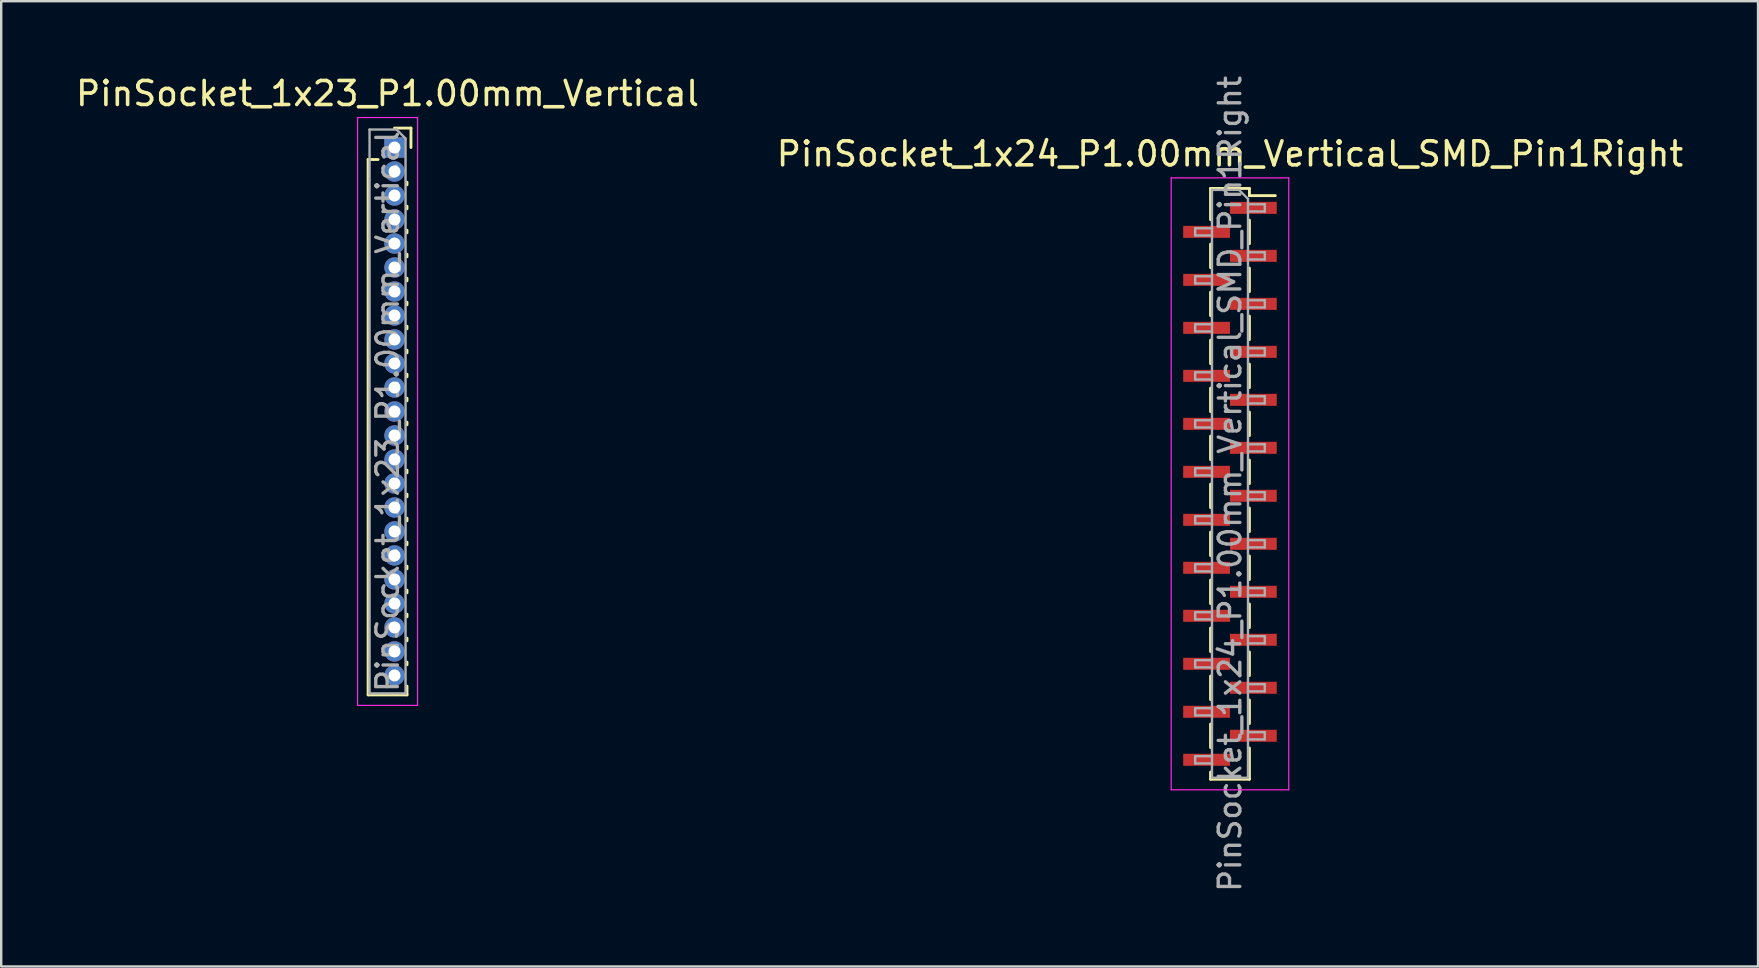
<source format=kicad_pcb>
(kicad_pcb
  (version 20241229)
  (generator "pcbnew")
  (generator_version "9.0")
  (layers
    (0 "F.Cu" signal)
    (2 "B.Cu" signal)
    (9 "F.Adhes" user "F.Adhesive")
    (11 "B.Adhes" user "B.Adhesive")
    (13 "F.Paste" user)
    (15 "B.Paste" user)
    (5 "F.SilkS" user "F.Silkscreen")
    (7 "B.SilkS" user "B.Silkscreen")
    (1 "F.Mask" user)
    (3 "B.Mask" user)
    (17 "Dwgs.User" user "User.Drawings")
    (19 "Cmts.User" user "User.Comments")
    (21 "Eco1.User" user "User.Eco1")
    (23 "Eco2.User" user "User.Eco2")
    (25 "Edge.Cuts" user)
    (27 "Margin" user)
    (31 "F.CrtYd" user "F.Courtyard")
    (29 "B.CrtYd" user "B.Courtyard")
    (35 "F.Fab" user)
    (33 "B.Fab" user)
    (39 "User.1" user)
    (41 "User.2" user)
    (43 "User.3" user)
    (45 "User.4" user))
  (footprint "PinSocket_1x24_P1.00mm_Vertical_SMD_Pin1Right"
    (layer "F.Cu")
    (at 48.208 17.113)
    (property "Reference" "PinSocket_1x24_P1.00mm_Vertical_SMD_Pin1Right" (at 0 -13.75 0) (layer "F.SilkS") (effects (font (size 1 1) (thickness 0.15))))
    (attr smd)
    (fp_line (start -0.81 -12.31) (end -0.81 -11.01) (stroke (width 0.12) (type solid)) (layer "F.SilkS"))
    (fp_line (start -0.81 -12.31) (end 0.81 -12.31) (stroke (width 0.12) (type solid)) (layer "F.SilkS"))
    (fp_line (start -0.81 -9.99) (end -0.81 -9.01) (stroke (width 0.12) (type solid)) (layer "F.SilkS"))
    (fp_line (start -0.81 -7.99) (end -0.81 -7.01) (stroke (width 0.12) (type solid)) (layer "F.SilkS"))
    (fp_line (start -0.81 -5.99) (end -0.81 -5.01) (stroke (width 0.12) (type solid)) (layer "F.SilkS"))
    (fp_line (start -0.81 -3.99) (end -0.81 -3.01) (stroke (width 0.12) (type solid)) (layer "F.SilkS"))
    (fp_line (start -0.81 -1.99) (end -0.81 -1.01) (stroke (width 0.12) (type solid)) (layer "F.SilkS"))
    (fp_line (start -0.81 0.01) (end -0.81 0.99) (stroke (width 0.12) (type solid)) (layer "F.SilkS"))
    (fp_line (start -0.81 2.01) (end -0.81 2.99) (stroke (width 0.12) (type solid)) (layer "F.SilkS"))
    (fp_line (start -0.81 4.01) (end -0.81 4.99) (stroke (width 0.12) (type solid)) (layer "F.SilkS"))
    (fp_line (start -0.81 6.01) (end -0.81 6.99) (stroke (width 0.12) (type solid)) (layer "F.SilkS"))
    (fp_line (start -0.81 8.01) (end -0.81 8.99) (stroke (width 0.12) (type solid)) (layer "F.SilkS"))
    (fp_line (start -0.81 10.01) (end -0.81 10.99) (stroke (width 0.12) (type solid)) (layer "F.SilkS"))
    (fp_line (start -0.81 12.01) (end -0.81 12.31) (stroke (width 0.12) (type solid)) (layer "F.SilkS"))
    (fp_line (start -0.81 12.31) (end 0.81 12.31) (stroke (width 0.12) (type solid)) (layer "F.SilkS"))
    (fp_line (start 0.81 -12.31) (end 0.81 -12.01) (stroke (width 0.12) (type solid)) (layer "F.SilkS"))
    (fp_line (start 0.81 -12.01) (end 1.89 -12.01) (stroke (width 0.12) (type solid)) (layer "F.SilkS"))
    (fp_line (start 0.81 -10.99) (end 0.81 -10.01) (stroke (width 0.12) (type solid)) (layer "F.SilkS"))
    (fp_line (start 0.81 -8.99) (end 0.81 -8.01) (stroke (width 0.12) (type solid)) (layer "F.SilkS"))
    (fp_line (start 0.81 -6.99) (end 0.81 -6.01) (stroke (width 0.12) (type solid)) (layer "F.SilkS"))
    (fp_line (start 0.81 -4.99) (end 0.81 -4.01) (stroke (width 0.12) (type solid)) (layer "F.SilkS"))
    (fp_line (start 0.81 -2.99) (end 0.81 -2.01) (stroke (width 0.12) (type solid)) (layer "F.SilkS"))
    (fp_line (start 0.81 -0.99) (end 0.81 -0.01) (stroke (width 0.12) (type solid)) (layer "F.SilkS"))
    (fp_line (start 0.81 1.01) (end 0.81 1.99) (stroke (width 0.12) (type solid)) (layer "F.SilkS"))
    (fp_line (start 0.81 3.01) (end 0.81 3.99) (stroke (width 0.12) (type solid)) (layer "F.SilkS"))
    (fp_line (start 0.81 5.01) (end 0.81 5.99) (stroke (width 0.12) (type solid)) (layer "F.SilkS"))
    (fp_line (start 0.81 7.01) (end 0.81 7.99) (stroke (width 0.12) (type solid)) (layer "F.SilkS"))
    (fp_line (start 0.81 9.01) (end 0.81 9.99) (stroke (width 0.12) (type solid)) (layer "F.SilkS"))
    (fp_line (start 0.81 11.01) (end 0.81 12.31) (stroke (width 0.12) (type solid)) (layer "F.SilkS"))
    (fp_line (start -2.45 -12.75) (end 2.45 -12.75) (stroke (width 0.05) (type solid)) (layer "F.CrtYd"))
    (fp_line (start -2.45 12.75) (end -2.45 -12.75) (stroke (width 0.05) (type solid)) (layer "F.CrtYd"))
    (fp_line (start 2.45 -12.75) (end 2.45 12.75) (stroke (width 0.05) (type solid)) (layer "F.CrtYd"))
    (fp_line (start 2.45 12.75) (end -2.45 12.75) (stroke (width 0.05) (type solid)) (layer "F.CrtYd"))
    (fp_line (start -1.45 -10.65) (end -0.75 -10.65) (stroke (width 0.1) (type solid)) (layer "F.Fab"))
    (fp_line (start -1.45 -10.35) (end -1.45 -10.65) (stroke (width 0.1) (type solid)) (layer "F.Fab"))
    (fp_line (start -1.45 -8.65) (end -0.75 -8.65) (stroke (width 0.1) (type solid)) (layer "F.Fab"))
    (fp_line (start -1.45 -8.35) (end -1.45 -8.65) (stroke (width 0.1) (type solid)) (layer "F.Fab"))
    (fp_line (start -1.45 -6.65) (end -0.75 -6.65) (stroke (width 0.1) (type solid)) (layer "F.Fab"))
    (fp_line (start -1.45 -6.35) (end -1.45 -6.65) (stroke (width 0.1) (type solid)) (layer "F.Fab"))
    (fp_line (start -1.45 -4.65) (end -0.75 -4.65) (stroke (width 0.1) (type solid)) (layer "F.Fab"))
    (fp_line (start -1.45 -4.35) (end -1.45 -4.65) (stroke (width 0.1) (type solid)) (layer "F.Fab"))
    (fp_line (start -1.45 -2.65) (end -0.75 -2.65) (stroke (width 0.1) (type solid)) (layer "F.Fab"))
    (fp_line (start -1.45 -2.35) (end -1.45 -2.65) (stroke (width 0.1) (type solid)) (layer "F.Fab"))
    (fp_line (start -1.45 -0.65) (end -0.75 -0.65) (stroke (width 0.1) (type solid)) (layer "F.Fab"))
    (fp_line (start -1.45 -0.35) (end -1.45 -0.65) (stroke (width 0.1) (type solid)) (layer "F.Fab"))
    (fp_line (start -1.45 1.35) (end -0.75 1.35) (stroke (width 0.1) (type solid)) (layer "F.Fab"))
    (fp_line (start -1.45 1.65) (end -1.45 1.35) (stroke (width 0.1) (type solid)) (layer "F.Fab"))
    (fp_line (start -1.45 3.35) (end -0.75 3.35) (stroke (width 0.1) (type solid)) (layer "F.Fab"))
    (fp_line (start -1.45 3.65) (end -1.45 3.35) (stroke (width 0.1) (type solid)) (layer "F.Fab"))
    (fp_line (start -1.45 5.35) (end -0.75 5.35) (stroke (width 0.1) (type solid)) (layer "F.Fab"))
    (fp_line (start -1.45 5.65) (end -1.45 5.35) (stroke (width 0.1) (type solid)) (layer "F.Fab"))
    (fp_line (start -1.45 7.35) (end -0.75 7.35) (stroke (width 0.1) (type solid)) (layer "F.Fab"))
    (fp_line (start -1.45 7.65) (end -1.45 7.35) (stroke (width 0.1) (type solid)) (layer "F.Fab"))
    (fp_line (start -1.45 9.35) (end -0.75 9.35) (stroke (width 0.1) (type solid)) (layer "F.Fab"))
    (fp_line (start -1.45 9.65) (end -1.45 9.35) (stroke (width 0.1) (type solid)) (layer "F.Fab"))
    (fp_line (start -1.45 11.35) (end -0.75 11.35) (stroke (width 0.1) (type solid)) (layer "F.Fab"))
    (fp_line (start -1.45 11.65) (end -1.45 11.35) (stroke (width 0.1) (type solid)) (layer "F.Fab"))
    (fp_line (start -0.75 -12.25) (end 0.375 -12.25) (stroke (width 0.1) (type solid)) (layer "F.Fab"))
    (fp_line (start -0.75 -10.35) (end -1.45 -10.35) (stroke (width 0.1) (type solid)) (layer "F.Fab"))
    (fp_line (start -0.75 -8.35) (end -1.45 -8.35) (stroke (width 0.1) (type solid)) (layer "F.Fab"))
    (fp_line (start -0.75 -6.35) (end -1.45 -6.35) (stroke (width 0.1) (type solid)) (layer "F.Fab"))
    (fp_line (start -0.75 -4.35) (end -1.45 -4.35) (stroke (width 0.1) (type solid)) (layer "F.Fab"))
    (fp_line (start -0.75 -2.35) (end -1.45 -2.35) (stroke (width 0.1) (type solid)) (layer "F.Fab"))
    (fp_line (start -0.75 -0.35) (end -1.45 -0.35) (stroke (width 0.1) (type solid)) (layer "F.Fab"))
    (fp_line (start -0.75 1.65) (end -1.45 1.65) (stroke (width 0.1) (type solid)) (layer "F.Fab"))
    (fp_line (start -0.75 3.65) (end -1.45 3.65) (stroke (width 0.1) (type solid)) (layer "F.Fab"))
    (fp_line (start -0.75 5.65) (end -1.45 5.65) (stroke (width 0.1) (type solid)) (layer "F.Fab"))
    (fp_line (start -0.75 7.65) (end -1.45 7.65) (stroke (width 0.1) (type solid)) (layer "F.Fab"))
    (fp_line (start -0.75 9.65) (end -1.45 9.65) (stroke (width 0.1) (type solid)) (layer "F.Fab"))
    (fp_line (start -0.75 11.65) (end -1.45 11.65) (stroke (width 0.1) (type solid)) (layer "F.Fab"))
    (fp_line (start -0.75 12.25) (end -0.75 -12.25) (stroke (width 0.1) (type solid)) (layer "F.Fab"))
    (fp_line (start 0.375 -12.25) (end 0.75 -11.875) (stroke (width 0.1) (type solid)) (layer "F.Fab"))
    (fp_line (start 0.75 -11.875) (end 0.75 12.25) (stroke (width 0.1) (type solid)) (layer "F.Fab"))
    (fp_line (start 0.75 -11.65) (end 1.45 -11.65) (stroke (width 0.1) (type solid)) (layer "F.Fab"))
    (fp_line (start 0.75 -9.65) (end 1.45 -9.65) (stroke (width 0.1) (type solid)) (layer "F.Fab"))
    (fp_line (start 0.75 -7.65) (end 1.45 -7.65) (stroke (width 0.1) (type solid)) (layer "F.Fab"))
    (fp_line (start 0.75 -5.65) (end 1.45 -5.65) (stroke (width 0.1) (type solid)) (layer "F.Fab"))
    (fp_line (start 0.75 -3.65) (end 1.45 -3.65) (stroke (width 0.1) (type solid)) (layer "F.Fab"))
    (fp_line (start 0.75 -1.65) (end 1.45 -1.65) (stroke (width 0.1) (type solid)) (layer "F.Fab"))
    (fp_line (start 0.75 0.35) (end 1.45 0.35) (stroke (width 0.1) (type solid)) (layer "F.Fab"))
    (fp_line (start 0.75 2.35) (end 1.45 2.35) (stroke (width 0.1) (type solid)) (layer "F.Fab"))
    (fp_line (start 0.75 4.35) (end 1.45 4.35) (stroke (width 0.1) (type solid)) (layer "F.Fab"))
    (fp_line (start 0.75 6.35) (end 1.45 6.35) (stroke (width 0.1) (type solid)) (layer "F.Fab"))
    (fp_line (start 0.75 8.35) (end 1.45 8.35) (stroke (width 0.1) (type solid)) (layer "F.Fab"))
    (fp_line (start 0.75 10.35) (end 1.45 10.35) (stroke (width 0.1) (type solid)) (layer "F.Fab"))
    (fp_line (start 0.75 12.25) (end -0.75 12.25) (stroke (width 0.1) (type solid)) (layer "F.Fab"))
    (fp_line (start 1.45 -11.65) (end 1.45 -11.35) (stroke (width 0.1) (type solid)) (layer "F.Fab"))
    (fp_line (start 1.45 -11.35) (end 0.75 -11.35) (stroke (width 0.1) (type solid)) (layer "F.Fab"))
    (fp_line (start 1.45 -9.65) (end 1.45 -9.35) (stroke (width 0.1) (type solid)) (layer "F.Fab"))
    (fp_line (start 1.45 -9.35) (end 0.75 -9.35) (stroke (width 0.1) (type solid)) (layer "F.Fab"))
    (fp_line (start 1.45 -7.65) (end 1.45 -7.35) (stroke (width 0.1) (type solid)) (layer "F.Fab"))
    (fp_line (start 1.45 -7.35) (end 0.75 -7.35) (stroke (width 0.1) (type solid)) (layer "F.Fab"))
    (fp_line (start 1.45 -5.65) (end 1.45 -5.35) (stroke (width 0.1) (type solid)) (layer "F.Fab"))
    (fp_line (start 1.45 -5.35) (end 0.75 -5.35) (stroke (width 0.1) (type solid)) (layer "F.Fab"))
    (fp_line (start 1.45 -3.65) (end 1.45 -3.35) (stroke (width 0.1) (type solid)) (layer "F.Fab"))
    (fp_line (start 1.45 -3.35) (end 0.75 -3.35) (stroke (width 0.1) (type solid)) (layer "F.Fab"))
    (fp_line (start 1.45 -1.65) (end 1.45 -1.35) (stroke (width 0.1) (type solid)) (layer "F.Fab"))
    (fp_line (start 1.45 -1.35) (end 0.75 -1.35) (stroke (width 0.1) (type solid)) (layer "F.Fab"))
    (fp_line (start 1.45 0.35) (end 1.45 0.65) (stroke (width 0.1) (type solid)) (layer "F.Fab"))
    (fp_line (start 1.45 0.65) (end 0.75 0.65) (stroke (width 0.1) (type solid)) (layer "F.Fab"))
    (fp_line (start 1.45 2.35) (end 1.45 2.65) (stroke (width 0.1) (type solid)) (layer "F.Fab"))
    (fp_line (start 1.45 2.65) (end 0.75 2.65) (stroke (width 0.1) (type solid)) (layer "F.Fab"))
    (fp_line (start 1.45 4.35) (end 1.45 4.65) (stroke (width 0.1) (type solid)) (layer "F.Fab"))
    (fp_line (start 1.45 4.65) (end 0.75 4.65) (stroke (width 0.1) (type solid)) (layer "F.Fab"))
    (fp_line (start 1.45 6.35) (end 1.45 6.65) (stroke (width 0.1) (type solid)) (layer "F.Fab"))
    (fp_line (start 1.45 6.65) (end 0.75 6.65) (stroke (width 0.1) (type solid)) (layer "F.Fab"))
    (fp_line (start 1.45 8.35) (end 1.45 8.65) (stroke (width 0.1) (type solid)) (layer "F.Fab"))
    (fp_line (start 1.45 8.65) (end 0.75 8.65) (stroke (width 0.1) (type solid)) (layer "F.Fab"))
    (fp_line (start 1.45 10.35) (end 1.45 10.65) (stroke (width 0.1) (type solid)) (layer "F.Fab"))
    (fp_line (start 1.45 10.65) (end 0.75 10.65) (stroke (width 0.1) (type solid)) (layer "F.Fab"))
    (fp_text user "${REFERENCE}" (at 0 0 90) (layer "F.Fab") (effects (font (size 0.9 0.9) (thickness 0.14))))
    (pad "1" smd rect (at 0.975 -11.5) (size 1.95 0.5) (layers "F.Cu" "F.Mask" "F.Paste"))
    (pad "2" smd rect (at -0.975 -10.5) (size 1.95 0.5) (layers "F.Cu" "F.Mask" "F.Paste"))
    (pad "3" smd rect (at 0.975 -9.5) (size 1.95 0.5) (layers "F.Cu" "F.Mask" "F.Paste"))
    (pad "4" smd rect (at -0.975 -8.5) (size 1.95 0.5) (layers "F.Cu" "F.Mask" "F.Paste"))
    (pad "5" smd rect (at 0.975 -7.5) (size 1.95 0.5) (layers "F.Cu" "F.Mask" "F.Paste"))
    (pad "6" smd rect (at -0.975 -6.5) (size 1.95 0.5) (layers "F.Cu" "F.Mask" "F.Paste"))
    (pad "7" smd rect (at 0.975 -5.5) (size 1.95 0.5) (layers "F.Cu" "F.Mask" "F.Paste"))
    (pad "8" smd rect (at -0.975 -4.5) (size 1.95 0.5) (layers "F.Cu" "F.Mask" "F.Paste"))
    (pad "9" smd rect (at 0.975 -3.5) (size 1.95 0.5) (layers "F.Cu" "F.Mask" "F.Paste"))
    (pad "10" smd rect (at -0.975 -2.5) (size 1.95 0.5) (layers "F.Cu" "F.Mask" "F.Paste"))
    (pad "11" smd rect (at 0.975 -1.5) (size 1.95 0.5) (layers "F.Cu" "F.Mask" "F.Paste"))
    (pad "12" smd rect (at -0.975 -0.5) (size 1.95 0.5) (layers "F.Cu" "F.Mask" "F.Paste"))
    (pad "13" smd rect (at 0.975 0.5) (size 1.95 0.5) (layers "F.Cu" "F.Mask" "F.Paste"))
    (pad "14" smd rect (at -0.975 1.5) (size 1.95 0.5) (layers "F.Cu" "F.Mask" "F.Paste"))
    (pad "15" smd rect (at 0.975 2.5) (size 1.95 0.5) (layers "F.Cu" "F.Mask" "F.Paste"))
    (pad "16" smd rect (at -0.975 3.5) (size 1.95 0.5) (layers "F.Cu" "F.Mask" "F.Paste"))
    (pad "17" smd rect (at 0.975 4.5) (size 1.95 0.5) (layers "F.Cu" "F.Mask" "F.Paste"))
    (pad "18" smd rect (at -0.975 5.5) (size 1.95 0.5) (layers "F.Cu" "F.Mask" "F.Paste"))
    (pad "19" smd rect (at 0.975 6.5) (size 1.95 0.5) (layers "F.Cu" "F.Mask" "F.Paste"))
    (pad "20" smd rect (at -0.975 7.5) (size 1.95 0.5) (layers "F.Cu" "F.Mask" "F.Paste"))
    (pad "21" smd rect (at 0.975 8.5) (size 1.95 0.5) (layers "F.Cu" "F.Mask" "F.Paste"))
    (pad "22" smd rect (at -0.975 9.5) (size 1.95 0.5) (layers "F.Cu" "F.Mask" "F.Paste"))
    (pad "23" smd rect (at 0.975 10.5) (size 1.95 0.5) (layers "F.Cu" "F.Mask" "F.Paste"))
    (pad "24" smd rect (at -0.975 11.5) (size 1.95 0.5) (layers "F.Cu" "F.Mask" "F.Paste")))
  (footprint "PinSocket_1x23_P1.00mm_Vertical"
    (layer "F.Cu")
    (at 13.391 3.098)
    (property "Reference" "PinSocket_1x23_P1.00mm_Vertical" (at -0.29 -2.25 0) (layer "F.SilkS") (effects (font (size 1 1) (thickness 0.15))))
    (attr through_hole)
    (fp_line (start -1.1 0.5) (end -1.1 22.81) (stroke (width 0.12) (type solid)) (layer "F.SilkS"))
    (fp_line (start -1.1 0.5) (end -0.685 0.5) (stroke (width 0.12) (type solid)) (layer "F.SilkS"))
    (fp_line (start -1.1 22.81) (end 0.52 22.81) (stroke (width 0.12) (type solid)) (layer "F.SilkS"))
    (fp_line (start 0 -0.81) (end 0.685 -0.81) (stroke (width 0.12) (type solid)) (layer "F.SilkS"))
    (fp_line (start 0.52 1.446) (end 0.52 1.554) (stroke (width 0.12) (type solid)) (layer "F.SilkS"))
    (fp_line (start 0.52 2.446) (end 0.52 2.554) (stroke (width 0.12) (type solid)) (layer "F.SilkS"))
    (fp_line (start 0.52 3.446) (end 0.52 3.554) (stroke (width 0.12) (type solid)) (layer "F.SilkS"))
    (fp_line (start 0.52 4.446) (end 0.52 4.554) (stroke (width 0.12) (type solid)) (layer "F.SilkS"))
    (fp_line (start 0.52 5.446) (end 0.52 5.554) (stroke (width 0.12) (type solid)) (layer "F.SilkS"))
    (fp_line (start 0.52 6.446) (end 0.52 6.554) (stroke (width 0.12) (type solid)) (layer "F.SilkS"))
    (fp_line (start 0.52 7.446) (end 0.52 7.554) (stroke (width 0.12) (type solid)) (layer "F.SilkS"))
    (fp_line (start 0.52 8.446) (end 0.52 8.554) (stroke (width 0.12) (type solid)) (layer "F.SilkS"))
    (fp_line (start 0.52 9.446) (end 0.52 9.554) (stroke (width 0.12) (type solid)) (layer "F.SilkS"))
    (fp_line (start 0.52 10.446) (end 0.52 10.554) (stroke (width 0.12) (type solid)) (layer "F.SilkS"))
    (fp_line (start 0.52 11.446) (end 0.52 11.554) (stroke (width 0.12) (type solid)) (layer "F.SilkS"))
    (fp_line (start 0.52 12.446) (end 0.52 12.554) (stroke (width 0.12) (type solid)) (layer "F.SilkS"))
    (fp_line (start 0.52 13.446) (end 0.52 13.554) (stroke (width 0.12) (type solid)) (layer "F.SilkS"))
    (fp_line (start 0.52 14.446) (end 0.52 14.554) (stroke (width 0.12) (type solid)) (layer "F.SilkS"))
    (fp_line (start 0.52 15.446) (end 0.52 15.554) (stroke (width 0.12) (type solid)) (layer "F.SilkS"))
    (fp_line (start 0.52 16.446) (end 0.52 16.554) (stroke (width 0.12) (type solid)) (layer "F.SilkS"))
    (fp_line (start 0.52 17.446) (end 0.52 17.554) (stroke (width 0.12) (type solid)) (layer "F.SilkS"))
    (fp_line (start 0.52 18.446) (end 0.52 18.554) (stroke (width 0.12) (type solid)) (layer "F.SilkS"))
    (fp_line (start 0.52 19.446) (end 0.52 19.554) (stroke (width 0.12) (type solid)) (layer "F.SilkS"))
    (fp_line (start 0.52 20.446) (end 0.52 20.554) (stroke (width 0.12) (type solid)) (layer "F.SilkS"))
    (fp_line (start 0.52 21.446) (end 0.52 21.554) (stroke (width 0.12) (type solid)) (layer "F.SilkS"))
    (fp_line (start 0.52 22.446) (end 0.52 22.81) (stroke (width 0.12) (type solid)) (layer "F.SilkS"))
    (fp_line (start 0.685 -0.81) (end 0.685 0) (stroke (width 0.12) (type solid)) (layer "F.SilkS"))
    (fp_line (start -1.54 -1.25) (end 0.96 -1.25) (stroke (width 0.05) (type solid)) (layer "F.CrtYd"))
    (fp_line (start -1.54 23.25) (end -1.54 -1.25) (stroke (width 0.05) (type solid)) (layer "F.CrtYd"))
    (fp_line (start 0.96 -1.25) (end 0.96 23.25) (stroke (width 0.05) (type solid)) (layer "F.CrtYd"))
    (fp_line (start 0.96 23.25) (end -1.54 23.25) (stroke (width 0.05) (type solid)) (layer "F.CrtYd"))
    (fp_line (start -1.04 -0.75) (end 0.085 -0.75) (stroke (width 0.1) (type solid)) (layer "F.Fab"))
    (fp_line (start -1.04 22.75) (end -1.04 -0.75) (stroke (width 0.1) (type solid)) (layer "F.Fab"))
    (fp_line (start 0.085 -0.75) (end 0.46 -0.375) (stroke (width 0.1) (type solid)) (layer "F.Fab"))
    (fp_line (start 0.46 -0.375) (end 0.46 22.75) (stroke (width 0.1) (type solid)) (layer "F.Fab"))
    (fp_line (start 0.46 22.75) (end -1.04 22.75) (stroke (width 0.1) (type solid)) (layer "F.Fab"))
    (fp_text user "${REFERENCE}" (at -0.29 11 90) (layer "F.Fab") (effects (font (size 0.9 0.9) (thickness 0.14))))
    (pad "1" thru_hole rect (at 0 0) (size 0.85 0.85) (drill 0.5) (layers "*.Cu" "*.Mask"))
    (pad "2" thru_hole circle (at 0 1) (size 0.85 0.85) (drill 0.5) (layers "*.Cu" "*.Mask"))
    (pad "3" thru_hole circle (at 0 2) (size 0.85 0.85) (drill 0.5) (layers "*.Cu" "*.Mask"))
    (pad "4" thru_hole circle (at 0 3) (size 0.85 0.85) (drill 0.5) (layers "*.Cu" "*.Mask"))
    (pad "5" thru_hole circle (at 0 4) (size 0.85 0.85) (drill 0.5) (layers "*.Cu" "*.Mask"))
    (pad "6" thru_hole circle (at 0 5) (size 0.85 0.85) (drill 0.5) (layers "*.Cu" "*.Mask"))
    (pad "7" thru_hole circle (at 0 6) (size 0.85 0.85) (drill 0.5) (layers "*.Cu" "*.Mask"))
    (pad "8" thru_hole circle (at 0 7) (size 0.85 0.85) (drill 0.5) (layers "*.Cu" "*.Mask"))
    (pad "9" thru_hole circle (at 0 8) (size 0.85 0.85) (drill 0.5) (layers "*.Cu" "*.Mask"))
    (pad "10" thru_hole circle (at 0 9) (size 0.85 0.85) (drill 0.5) (layers "*.Cu" "*.Mask"))
    (pad "11" thru_hole circle (at 0 10) (size 0.85 0.85) (drill 0.5) (layers "*.Cu" "*.Mask"))
    (pad "12" thru_hole circle (at 0 11) (size 0.85 0.85) (drill 0.5) (layers "*.Cu" "*.Mask"))
    (pad "13" thru_hole circle (at 0 12) (size 0.85 0.85) (drill 0.5) (layers "*.Cu" "*.Mask"))
    (pad "14" thru_hole circle (at 0 13) (size 0.85 0.85) (drill 0.5) (layers "*.Cu" "*.Mask"))
    (pad "15" thru_hole circle (at 0 14) (size 0.85 0.85) (drill 0.5) (layers "*.Cu" "*.Mask"))
    (pad "16" thru_hole circle (at 0 15) (size 0.85 0.85) (drill 0.5) (layers "*.Cu" "*.Mask"))
    (pad "17" thru_hole circle (at 0 16) (size 0.85 0.85) (drill 0.5) (layers "*.Cu" "*.Mask"))
    (pad "18" thru_hole circle (at 0 17) (size 0.85 0.85) (drill 0.5) (layers "*.Cu" "*.Mask"))
    (pad "19" thru_hole circle (at 0 18) (size 0.85 0.85) (drill 0.5) (layers "*.Cu" "*.Mask"))
    (pad "20" thru_hole circle (at 0 19) (size 0.85 0.85) (drill 0.5) (layers "*.Cu" "*.Mask"))
    (pad "21" thru_hole circle (at 0 20) (size 0.85 0.85) (drill 0.5) (layers "*.Cu" "*.Mask"))
    (pad "22" thru_hole circle (at 0 21) (size 0.85 0.85) (drill 0.5) (layers "*.Cu" "*.Mask"))
    (pad "23" thru_hole circle (at 0 22) (size 0.85 0.85) (drill 0.5) (layers "*.Cu" "*.Mask")))
  (gr_rect
    (start -3 -3)
    (end 70.214 37.226)
    (stroke (width 0.1) (type default))
    (fill no)
    (layer "Edge.Cuts")))
</source>
